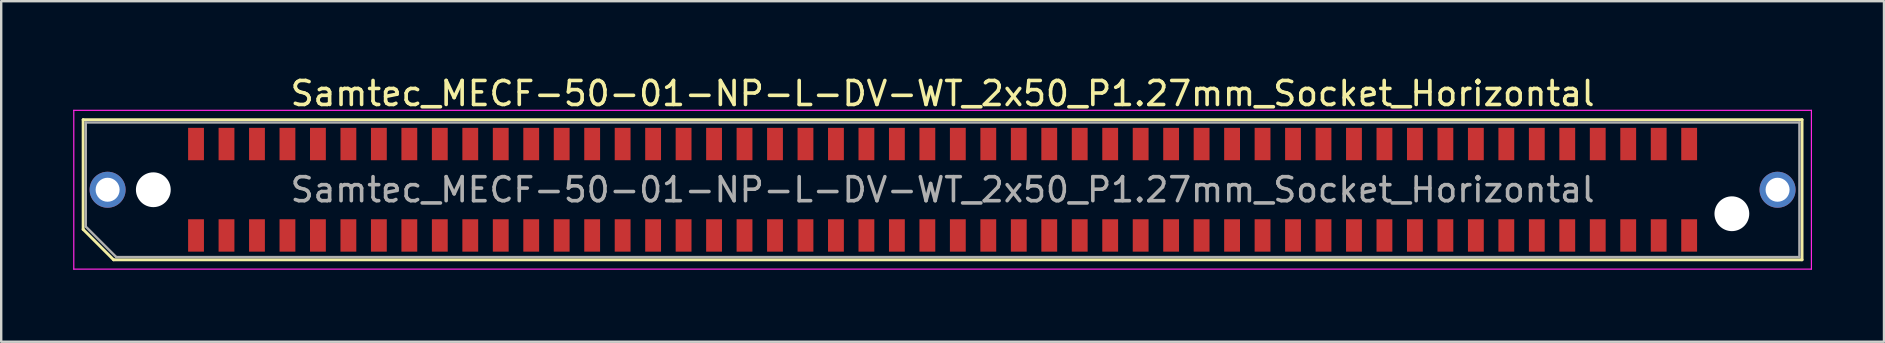
<source format=kicad_pcb>
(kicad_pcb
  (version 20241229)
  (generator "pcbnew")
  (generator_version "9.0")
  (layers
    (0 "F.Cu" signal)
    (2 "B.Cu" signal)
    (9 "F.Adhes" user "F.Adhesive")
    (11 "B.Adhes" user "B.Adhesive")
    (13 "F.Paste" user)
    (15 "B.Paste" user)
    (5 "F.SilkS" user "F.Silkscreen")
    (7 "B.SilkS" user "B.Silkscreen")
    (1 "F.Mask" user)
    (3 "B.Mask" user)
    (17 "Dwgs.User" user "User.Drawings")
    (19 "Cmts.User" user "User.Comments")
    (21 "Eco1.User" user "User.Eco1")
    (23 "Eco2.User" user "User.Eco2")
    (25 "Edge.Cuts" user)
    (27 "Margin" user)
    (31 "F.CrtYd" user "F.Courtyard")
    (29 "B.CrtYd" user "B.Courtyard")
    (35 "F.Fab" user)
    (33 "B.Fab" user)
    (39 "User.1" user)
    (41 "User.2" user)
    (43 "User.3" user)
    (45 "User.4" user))
  (footprint "Samtec_MECF-50-01-NP-L-DV-WT_2x50_P1.27mm_Socket_Horizontal"
    (layer "F.Cu")
    (at 36.235 4.858)
    (property "Reference" "Samtec_MECF-50-01-NP-L-DV-WT_2x50_P1.27mm_Socket_Horizontal" (at 0 -4.01 0) (layer "F.SilkS") (effects (font (size 1 1) (thickness 0.15))))
    (attr smd)
    (fp_line (start -35.82 -2.92) (end 35.82 -2.92) (stroke (width 0.12) (type solid)) (layer "F.SilkS"))
    (fp_line (start -35.82 1.65) (end -35.82 -2.92) (stroke (width 0.12) (type solid)) (layer "F.SilkS"))
    (fp_line (start -34.55 2.92) (end -35.82 1.65) (stroke (width 0.12) (type solid)) (layer "F.SilkS"))
    (fp_line (start -34.55 2.92) (end 35.82 2.92) (stroke (width 0.12) (type solid)) (layer "F.SilkS"))
    (fp_line (start 35.82 2.92) (end 35.82 -2.92) (stroke (width 0.12) (type solid)) (layer "F.SilkS"))
    (fp_line (start -36.21 -3.31) (end -36.21 3.31) (stroke (width 0.05) (type solid)) (layer "F.CrtYd"))
    (fp_line (start -36.21 3.31) (end 36.21 3.31) (stroke (width 0.05) (type solid)) (layer "F.CrtYd"))
    (fp_line (start 36.21 -3.31) (end -36.21 -3.31) (stroke (width 0.05) (type solid)) (layer "F.CrtYd"))
    (fp_line (start 36.21 3.31) (end 36.21 -3.31) (stroke (width 0.05) (type solid)) (layer "F.CrtYd"))
    (fp_line (start -35.71 -2.805) (end 35.71 -2.805) (stroke (width 0.1) (type solid)) (layer "F.Fab"))
    (fp_line (start -35.71 1.535) (end -35.71 -2.805) (stroke (width 0.1) (type solid)) (layer "F.Fab"))
    (fp_line (start -35.71 1.535) (end -34.44 2.805) (stroke (width 0.1) (type solid)) (layer "F.Fab"))
    (fp_line (start -34.44 2.805) (end 35.71 2.805) (stroke (width 0.1) (type solid)) (layer "F.Fab"))
    (fp_line (start 35.71 2.805) (end 35.71 -2.805) (stroke (width 0.1) (type solid)) (layer "F.Fab"))
    (fp_text user "${REFERENCE}" (at 0 0 0) (layer "F.Fab") (effects (font (size 1 1) (thickness 0.15))))
    (pad "" thru_hole circle (at -34.8 0) (size 1.5 1.5) (drill 1) (layers "*.Cu" "*.Mask"))
    (pad "" np_thru_hole circle (at -32.895 0) (size 1.45 1.45) (drill 1.45) (layers "*.Cu" "*.Mask"))
    (pad "" np_thru_hole circle (at 32.895 1) (size 1.45 1.45) (drill 1.45) (layers "*.Cu" "*.Mask"))
    (pad "" thru_hole circle (at 34.8 0) (size 1.5 1.5) (drill 1) (layers "*.Cu" "*.Mask"))
    (pad "1" smd rect (at -31.115 1.905) (size 0.66 1.35) (layers "F.Cu" "F.Mask" "F.Paste"))
    (pad "2" smd rect (at -31.115 -1.905) (size 0.66 1.35) (layers "F.Cu" "F.Mask" "F.Paste"))
    (pad "3" smd rect (at -29.845 1.905) (size 0.66 1.35) (layers "F.Cu" "F.Mask" "F.Paste"))
    (pad "4" smd rect (at -29.845 -1.905) (size 0.66 1.35) (layers "F.Cu" "F.Mask" "F.Paste"))
    (pad "5" smd rect (at -28.575 1.905) (size 0.66 1.35) (layers "F.Cu" "F.Mask" "F.Paste"))
    (pad "6" smd rect (at -28.575 -1.905) (size 0.66 1.35) (layers "F.Cu" "F.Mask" "F.Paste"))
    (pad "7" smd rect (at -27.305 1.905) (size 0.66 1.35) (layers "F.Cu" "F.Mask" "F.Paste"))
    (pad "8" smd rect (at -27.305 -1.905) (size 0.66 1.35) (layers "F.Cu" "F.Mask" "F.Paste"))
    (pad "9" smd rect (at -26.035 1.905) (size 0.66 1.35) (layers "F.Cu" "F.Mask" "F.Paste"))
    (pad "10" smd rect (at -26.035 -1.905) (size 0.66 1.35) (layers "F.Cu" "F.Mask" "F.Paste"))
    (pad "11" smd rect (at -24.765 1.905) (size 0.66 1.35) (layers "F.Cu" "F.Mask" "F.Paste"))
    (pad "12" smd rect (at -24.765 -1.905) (size 0.66 1.35) (layers "F.Cu" "F.Mask" "F.Paste"))
    (pad "13" smd rect (at -23.495 1.905) (size 0.66 1.35) (layers "F.Cu" "F.Mask" "F.Paste"))
    (pad "14" smd rect (at -23.495 -1.905) (size 0.66 1.35) (layers "F.Cu" "F.Mask" "F.Paste"))
    (pad "15" smd rect (at -22.225 1.905) (size 0.66 1.35) (layers "F.Cu" "F.Mask" "F.Paste"))
    (pad "16" smd rect (at -22.225 -1.905) (size 0.66 1.35) (layers "F.Cu" "F.Mask" "F.Paste"))
    (pad "17" smd rect (at -20.955 1.905) (size 0.66 1.35) (layers "F.Cu" "F.Mask" "F.Paste"))
    (pad "18" smd rect (at -20.955 -1.905) (size 0.66 1.35) (layers "F.Cu" "F.Mask" "F.Paste"))
    (pad "19" smd rect (at -19.685 1.905) (size 0.66 1.35) (layers "F.Cu" "F.Mask" "F.Paste"))
    (pad "20" smd rect (at -19.685 -1.905) (size 0.66 1.35) (layers "F.Cu" "F.Mask" "F.Paste"))
    (pad "21" smd rect (at -18.415 1.905) (size 0.66 1.35) (layers "F.Cu" "F.Mask" "F.Paste"))
    (pad "22" smd rect (at -18.415 -1.905) (size 0.66 1.35) (layers "F.Cu" "F.Mask" "F.Paste"))
    (pad "23" smd rect (at -17.145 1.905) (size 0.66 1.35) (layers "F.Cu" "F.Mask" "F.Paste"))
    (pad "24" smd rect (at -17.145 -1.905) (size 0.66 1.35) (layers "F.Cu" "F.Mask" "F.Paste"))
    (pad "25" smd rect (at -15.875 1.905) (size 0.66 1.35) (layers "F.Cu" "F.Mask" "F.Paste"))
    (pad "26" smd rect (at -15.875 -1.905) (size 0.66 1.35) (layers "F.Cu" "F.Mask" "F.Paste"))
    (pad "27" smd rect (at -14.605 1.905) (size 0.66 1.35) (layers "F.Cu" "F.Mask" "F.Paste"))
    (pad "28" smd rect (at -14.605 -1.905) (size 0.66 1.35) (layers "F.Cu" "F.Mask" "F.Paste"))
    (pad "29" smd rect (at -13.335 1.905) (size 0.66 1.35) (layers "F.Cu" "F.Mask" "F.Paste"))
    (pad "30" smd rect (at -13.335 -1.905) (size 0.66 1.35) (layers "F.Cu" "F.Mask" "F.Paste"))
    (pad "31" smd rect (at -12.065 1.905) (size 0.66 1.35) (layers "F.Cu" "F.Mask" "F.Paste"))
    (pad "32" smd rect (at -12.065 -1.905) (size 0.66 1.35) (layers "F.Cu" "F.Mask" "F.Paste"))
    (pad "33" smd rect (at -10.795 1.905) (size 0.66 1.35) (layers "F.Cu" "F.Mask" "F.Paste"))
    (pad "34" smd rect (at -10.795 -1.905) (size 0.66 1.35) (layers "F.Cu" "F.Mask" "F.Paste"))
    (pad "35" smd rect (at -9.525 1.905) (size 0.66 1.35) (layers "F.Cu" "F.Mask" "F.Paste"))
    (pad "36" smd rect (at -9.525 -1.905) (size 0.66 1.35) (layers "F.Cu" "F.Mask" "F.Paste"))
    (pad "37" smd rect (at -8.255 1.905) (size 0.66 1.35) (layers "F.Cu" "F.Mask" "F.Paste"))
    (pad "38" smd rect (at -8.255 -1.905) (size 0.66 1.35) (layers "F.Cu" "F.Mask" "F.Paste"))
    (pad "39" smd rect (at -6.985 1.905) (size 0.66 1.35) (layers "F.Cu" "F.Mask" "F.Paste"))
    (pad "40" smd rect (at -6.985 -1.905) (size 0.66 1.35) (layers "F.Cu" "F.Mask" "F.Paste"))
    (pad "41" smd rect (at -5.715 1.905) (size 0.66 1.35) (layers "F.Cu" "F.Mask" "F.Paste"))
    (pad "42" smd rect (at -5.715 -1.905) (size 0.66 1.35) (layers "F.Cu" "F.Mask" "F.Paste"))
    (pad "43" smd rect (at -4.445 1.905) (size 0.66 1.35) (layers "F.Cu" "F.Mask" "F.Paste"))
    (pad "44" smd rect (at -4.445 -1.905) (size 0.66 1.35) (layers "F.Cu" "F.Mask" "F.Paste"))
    (pad "45" smd rect (at -3.175 1.905) (size 0.66 1.35) (layers "F.Cu" "F.Mask" "F.Paste"))
    (pad "46" smd rect (at -3.175 -1.905) (size 0.66 1.35) (layers "F.Cu" "F.Mask" "F.Paste"))
    (pad "47" smd rect (at -1.905 1.905) (size 0.66 1.35) (layers "F.Cu" "F.Mask" "F.Paste"))
    (pad "48" smd rect (at -1.905 -1.905) (size 0.66 1.35) (layers "F.Cu" "F.Mask" "F.Paste"))
    (pad "49" smd rect (at -0.635 1.905) (size 0.66 1.35) (layers "F.Cu" "F.Mask" "F.Paste"))
    (pad "50" smd rect (at -0.635 -1.905) (size 0.66 1.35) (layers "F.Cu" "F.Mask" "F.Paste"))
    (pad "51" smd rect (at 0.635 1.905) (size 0.66 1.35) (layers "F.Cu" "F.Mask" "F.Paste"))
    (pad "52" smd rect (at 0.635 -1.905) (size 0.66 1.35) (layers "F.Cu" "F.Mask" "F.Paste"))
    (pad "53" smd rect (at 1.905 1.905) (size 0.66 1.35) (layers "F.Cu" "F.Mask" "F.Paste"))
    (pad "54" smd rect (at 1.905 -1.905) (size 0.66 1.35) (layers "F.Cu" "F.Mask" "F.Paste"))
    (pad "55" smd rect (at 3.175 1.905) (size 0.66 1.35) (layers "F.Cu" "F.Mask" "F.Paste"))
    (pad "56" smd rect (at 3.175 -1.905) (size 0.66 1.35) (layers "F.Cu" "F.Mask" "F.Paste"))
    (pad "57" smd rect (at 4.445 1.905) (size 0.66 1.35) (layers "F.Cu" "F.Mask" "F.Paste"))
    (pad "58" smd rect (at 4.445 -1.905) (size 0.66 1.35) (layers "F.Cu" "F.Mask" "F.Paste"))
    (pad "59" smd rect (at 5.715 1.905) (size 0.66 1.35) (layers "F.Cu" "F.Mask" "F.Paste"))
    (pad "60" smd rect (at 5.715 -1.905) (size 0.66 1.35) (layers "F.Cu" "F.Mask" "F.Paste"))
    (pad "61" smd rect (at 6.985 1.905) (size 0.66 1.35) (layers "F.Cu" "F.Mask" "F.Paste"))
    (pad "62" smd rect (at 6.985 -1.905) (size 0.66 1.35) (layers "F.Cu" "F.Mask" "F.Paste"))
    (pad "63" smd rect (at 8.255 1.905) (size 0.66 1.35) (layers "F.Cu" "F.Mask" "F.Paste"))
    (pad "64" smd rect (at 8.255 -1.905) (size 0.66 1.35) (layers "F.Cu" "F.Mask" "F.Paste"))
    (pad "65" smd rect (at 9.525 1.905) (size 0.66 1.35) (layers "F.Cu" "F.Mask" "F.Paste"))
    (pad "66" smd rect (at 9.525 -1.905) (size 0.66 1.35) (layers "F.Cu" "F.Mask" "F.Paste"))
    (pad "67" smd rect (at 10.795 1.905) (size 0.66 1.35) (layers "F.Cu" "F.Mask" "F.Paste"))
    (pad "68" smd rect (at 10.795 -1.905) (size 0.66 1.35) (layers "F.Cu" "F.Mask" "F.Paste"))
    (pad "69" smd rect (at 12.065 1.905) (size 0.66 1.35) (layers "F.Cu" "F.Mask" "F.Paste"))
    (pad "70" smd rect (at 12.065 -1.905) (size 0.66 1.35) (layers "F.Cu" "F.Mask" "F.Paste"))
    (pad "71" smd rect (at 13.335 1.905) (size 0.66 1.35) (layers "F.Cu" "F.Mask" "F.Paste"))
    (pad "72" smd rect (at 13.335 -1.905) (size 0.66 1.35) (layers "F.Cu" "F.Mask" "F.Paste"))
    (pad "73" smd rect (at 14.605 1.905) (size 0.66 1.35) (layers "F.Cu" "F.Mask" "F.Paste"))
    (pad "74" smd rect (at 14.605 -1.905) (size 0.66 1.35) (layers "F.Cu" "F.Mask" "F.Paste"))
    (pad "75" smd rect (at 15.875 1.905) (size 0.66 1.35) (layers "F.Cu" "F.Mask" "F.Paste"))
    (pad "76" smd rect (at 15.875 -1.905) (size 0.66 1.35) (layers "F.Cu" "F.Mask" "F.Paste"))
    (pad "77" smd rect (at 17.145 1.905) (size 0.66 1.35) (layers "F.Cu" "F.Mask" "F.Paste"))
    (pad "78" smd rect (at 17.145 -1.905) (size 0.66 1.35) (layers "F.Cu" "F.Mask" "F.Paste"))
    (pad "79" smd rect (at 18.415 1.905) (size 0.66 1.35) (layers "F.Cu" "F.Mask" "F.Paste"))
    (pad "80" smd rect (at 18.415 -1.905) (size 0.66 1.35) (layers "F.Cu" "F.Mask" "F.Paste"))
    (pad "81" smd rect (at 19.685 1.905) (size 0.66 1.35) (layers "F.Cu" "F.Mask" "F.Paste"))
    (pad "82" smd rect (at 19.685 -1.905) (size 0.66 1.35) (layers "F.Cu" "F.Mask" "F.Paste"))
    (pad "83" smd rect (at 20.955 1.905) (size 0.66 1.35) (layers "F.Cu" "F.Mask" "F.Paste"))
    (pad "84" smd rect (at 20.955 -1.905) (size 0.66 1.35) (layers "F.Cu" "F.Mask" "F.Paste"))
    (pad "85" smd rect (at 22.225 1.905) (size 0.66 1.35) (layers "F.Cu" "F.Mask" "F.Paste"))
    (pad "86" smd rect (at 22.225 -1.905) (size 0.66 1.35) (layers "F.Cu" "F.Mask" "F.Paste"))
    (pad "87" smd rect (at 23.495 1.905) (size 0.66 1.35) (layers "F.Cu" "F.Mask" "F.Paste"))
    (pad "88" smd rect (at 23.495 -1.905) (size 0.66 1.35) (layers "F.Cu" "F.Mask" "F.Paste"))
    (pad "89" smd rect (at 24.765 1.905) (size 0.66 1.35) (layers "F.Cu" "F.Mask" "F.Paste"))
    (pad "90" smd rect (at 24.765 -1.905) (size 0.66 1.35) (layers "F.Cu" "F.Mask" "F.Paste"))
    (pad "91" smd rect (at 26.035 1.905) (size 0.66 1.35) (layers "F.Cu" "F.Mask" "F.Paste"))
    (pad "92" smd rect (at 26.035 -1.905) (size 0.66 1.35) (layers "F.Cu" "F.Mask" "F.Paste"))
    (pad "93" smd rect (at 27.305 1.905) (size 0.66 1.35) (layers "F.Cu" "F.Mask" "F.Paste"))
    (pad "94" smd rect (at 27.305 -1.905) (size 0.66 1.35) (layers "F.Cu" "F.Mask" "F.Paste"))
    (pad "95" smd rect (at 28.575 1.905) (size 0.66 1.35) (layers "F.Cu" "F.Mask" "F.Paste"))
    (pad "96" smd rect (at 28.575 -1.905) (size 0.66 1.35) (layers "F.Cu" "F.Mask" "F.Paste"))
    (pad "97" smd rect (at 29.845 1.905) (size 0.66 1.35) (layers "F.Cu" "F.Mask" "F.Paste"))
    (pad "98" smd rect (at 29.845 -1.905) (size 0.66 1.35) (layers "F.Cu" "F.Mask" "F.Paste"))
    (pad "99" smd rect (at 31.115 1.905) (size 0.66 1.35) (layers "F.Cu" "F.Mask" "F.Paste"))
    (pad "100" smd rect (at 31.115 -1.905) (size 0.66 1.35) (layers "F.Cu" "F.Mask" "F.Paste")))
  (gr_rect
    (start -3 -3)
    (end 75.47 11.193)
    (stroke (width 0.1) (type default))
    (fill no)
    (layer "Edge.Cuts")))
</source>
